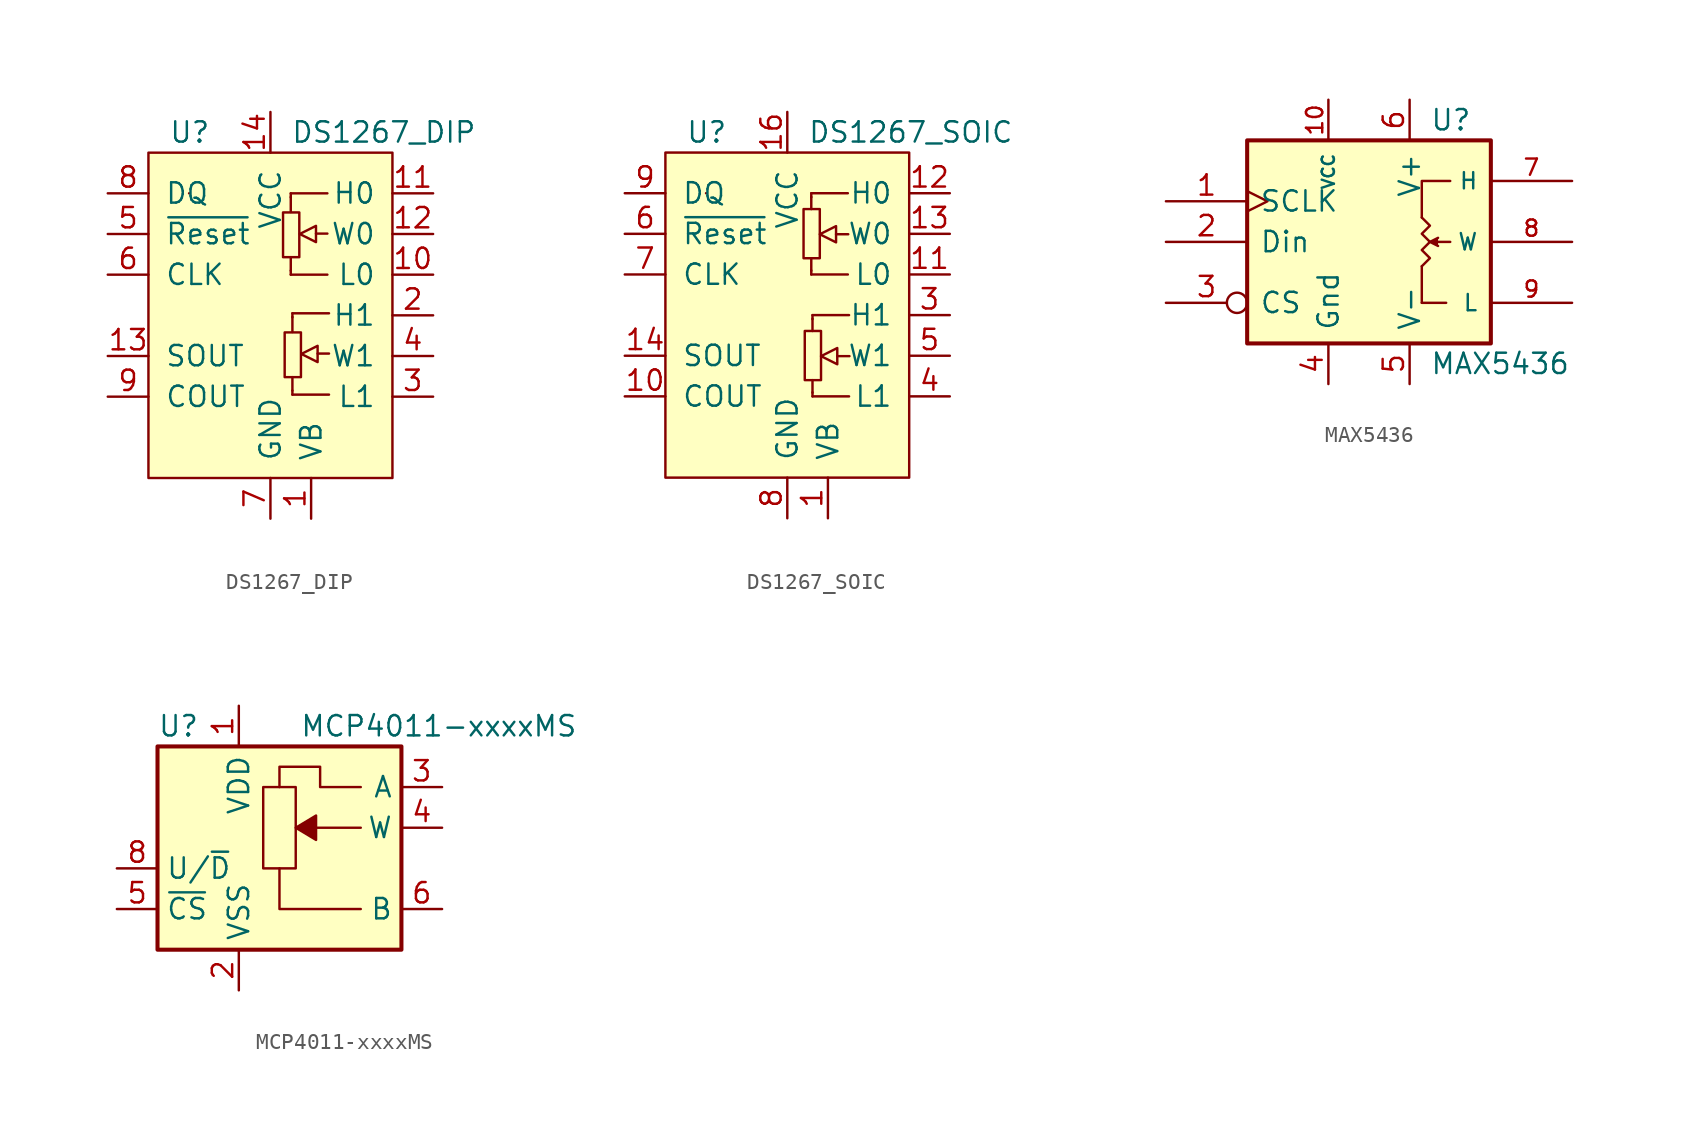
<source format=kicad_sym>
(kicad_symbol_lib
  (version 20201005)
  (generator kicad_symbol_editor)
  (symbol "DS1267_DIP"
    (pin_names
      (offset 1.016))
    (property "Reference" "U"
      (at -6.35 11.43 0)
      (effects (font (size 1.27 1.27)) (justify left)))
    (property "Value" "DS1267_DIP"
      (at 1.27 11.43 0)
      (effects (font (size 1.27 1.27)) (justify left)))
    (symbol "DS1267_DIP_0_1"
      (rectangle (start -7.62 10.16) (end 7.62 -10.16) (stroke (width 0)) (fill (type background)))
      (rectangle (start -5.08 7.62) (end -5.08 7.62) (stroke (width 0)) (fill (type none)))
      (rectangle (start 0.787 6.426) (end 1.803 3.632) (stroke (width 0)) (fill (type none)))
      (rectangle (start 0.889 -1.067) (end 1.905 -3.861) (stroke (width 0)) (fill (type none)))
      (polyline (pts (xy 1.27 2.794) (xy 1.27 3.632)) (stroke (width 0)) (fill (type none)))
      (polyline (pts (xy 1.27 7.391) (xy 1.27 6.452)) (stroke (width 0)) (fill (type none)))
      (polyline (pts (xy 1.372 -4.699) (xy 1.372 -3.861)) (stroke (width 0)) (fill (type none)))
      (polyline (pts (xy 1.372 -0.102) (xy 1.372 -1.041)) (stroke (width 0)) (fill (type none)))
      (polyline (pts (xy 2.845 5.105) (xy 3.556 5.105)) (stroke (width 0)) (fill (type none)))
      (polyline (pts (xy 2.946 -2.388) (xy 3.658 -2.388)) (stroke (width 0)) (fill (type none)))
      (polyline (pts (xy 1.27 2.54) (xy 1.27 2.794) (xy 1.27 2.794)) (stroke (width 0)) (fill (type background)))
      (polyline (pts (xy 1.27 2.54) (xy 3.556 2.54) (xy 3.556 2.54)) (stroke (width 0)) (fill (type background)))
      (polyline (pts (xy 1.27 7.62) (xy 1.27 7.366) (xy 1.27 7.366)) (stroke (width 0)) (fill (type none)))
      (polyline (pts (xy 1.27 7.62) (xy 3.556 7.62) (xy 3.556 7.62)) (stroke (width 0)) (fill (type background)))
      (polyline (pts (xy 1.372 -4.953) (xy 1.372 -4.699) (xy 1.372 -4.699)) (stroke (width 0)) (fill (type background)))
      (polyline (pts (xy 1.372 -4.953) (xy 3.658 -4.953) (xy 3.658 -4.953)) (stroke (width 0)) (fill (type background)))
      (polyline (pts (xy 1.372 0.127) (xy 1.372 -0.127) (xy 1.372 -0.127)) (stroke (width 0)) (fill (type none)))
      (polyline (pts (xy 1.372 0.127) (xy 3.658 0.127) (xy 3.658 0.127)) (stroke (width 0)) (fill (type background)))
      (polyline (pts (xy 2.845 5.588) (xy 2.845 4.572) (xy 1.829 5.08) (xy 2.845 5.588) (xy 2.845 5.588)) (stroke (width 0)) (fill (type background)))
      (polyline (pts (xy 2.946 -1.905) (xy 2.946 -2.921) (xy 1.93 -2.413) (xy 2.946 -1.905) (xy 2.946 -1.905)) (stroke (width 0)) (fill (type background))))
    (symbol "DS1267_DIP_1_1"
      (pin power_in line (at 2.54 -12.7 90) (length 2.54) (name "VB" (effects (font (size 1.27 1.27)))) (number "1" (effects (font (size 1.27 1.27)))))
      (pin passive line (at 10.16 2.54 180) (length 2.54) (name "L0" (effects (font (size 1.27 1.27)))) (number "10" (effects (font (size 1.27 1.27)))))
      (pin passive line (at 10.16 7.62 180) (length 2.54) (name "H0" (effects (font (size 1.27 1.27)))) (number "11" (effects (font (size 1.27 1.27)))))
      (pin passive line (at 10.16 5.08 180) (length 2.54) (name "W0" (effects (font (size 1.27 1.27)))) (number "12" (effects (font (size 1.27 1.27)))))
      (pin output line (at -10.16 -2.54 0) (length 2.54) (name "SOUT" (effects (font (size 1.27 1.27)))) (number "13" (effects (font (size 1.27 1.27)))))
      (pin power_in line (at 0 12.7 270) (length 2.54) (name "VCC" (effects (font (size 1.27 1.27)))) (number "14" (effects (font (size 1.27 1.27)))))
      (pin passive line (at 10.16 0 180) (length 2.54) (name "H1" (effects (font (size 1.27 1.27)))) (number "2" (effects (font (size 1.27 1.27)))))
      (pin passive line (at 10.16 -5.08 180) (length 2.54) (name "L1" (effects (font (size 1.27 1.27)))) (number "3" (effects (font (size 1.27 1.27)))))
      (pin passive line (at 10.16 -2.54 180) (length 2.54) (name "W1" (effects (font (size 1.27 1.27)))) (number "4" (effects (font (size 1.27 1.27)))))
      (pin input line (at -10.16 5.08 0) (length 2.54) (name "~Reset" (effects (font (size 1.27 1.27)))) (number "5" (effects (font (size 1.27 1.27)))))
      (pin input line (at -10.16 2.54 0) (length 2.54) (name "CLK" (effects (font (size 1.27 1.27)))) (number "6" (effects (font (size 1.27 1.27)))))
      (pin power_in line (at 0 -12.7 90) (length 2.54) (name "GND" (effects (font (size 1.27 1.27)))) (number "7" (effects (font (size 1.27 1.27)))))
      (pin input line (at -10.16 7.62 0) (length 2.54) (name "DQ" (effects (font (size 1.27 1.27)))) (number "8" (effects (font (size 1.27 1.27)))))
      (pin output line (at -10.16 -5.08 0) (length 2.54) (name "COUT" (effects (font (size 1.27 1.27)))) (number "9" (effects (font (size 1.27 1.27)))))))
  (symbol "DS1267_SOIC"
    (pin_names
      (offset 1.016))
    (property "Reference" "U"
      (at -6.35 11.43 0)
      (effects (font (size 1.27 1.27)) (justify left)))
    (property "Value" "DS1267_SOIC"
      (at 1.27 11.43 0)
      (effects (font (size 1.27 1.27)) (justify left)))
    (symbol "DS1267_SOIC_0_1"
      (rectangle (start -7.62 10.16) (end 7.62 -10.16) (stroke (width 0)) (fill (type background)))
      (rectangle (start -5.08 7.62) (end -5.08 7.62) (stroke (width 0)) (fill (type none)))
      (rectangle (start 2.032 6.629) (end 1.016 3.556) (stroke (width 0)) (fill (type none)))
      (rectangle (start 2.108 -0.991) (end 1.092 -4.064) (stroke (width 0)) (fill (type none)))
      (polyline (pts (xy 1.499 2.769) (xy 1.499 3.556)) (stroke (width 0)) (fill (type none)))
      (polyline (pts (xy 1.499 6.629) (xy 1.499 7.391)) (stroke (width 0)) (fill (type none)))
      (polyline (pts (xy 1.575 -4.851) (xy 1.575 -4.064)) (stroke (width 0)) (fill (type none)))
      (polyline (pts (xy 1.575 -0.991) (xy 1.575 -0.229)) (stroke (width 0)) (fill (type none)))
      (polyline (pts (xy 3.048 5.055) (xy 3.81 5.055)) (stroke (width 0)) (fill (type none)))
      (polyline (pts (xy 3.124 -2.565) (xy 3.886 -2.565)) (stroke (width 0)) (fill (type none)))
      (polyline (pts (xy 1.499 2.54) (xy 1.499 2.794) (xy 1.499 2.794)) (stroke (width 0)) (fill (type background)))
      (polyline (pts (xy 1.499 2.54) (xy 3.785 2.54) (xy 3.785 2.54)) (stroke (width 0)) (fill (type background)))
      (polyline (pts (xy 1.499 7.62) (xy 1.499 7.366) (xy 1.499 7.366)) (stroke (width 0)) (fill (type none)))
      (polyline (pts (xy 1.499 7.62) (xy 3.785 7.62) (xy 3.785 7.62)) (stroke (width 0)) (fill (type background)))
      (polyline (pts (xy 1.575 -5.08) (xy 1.575 -4.826) (xy 1.575 -4.826)) (stroke (width 0)) (fill (type background)))
      (polyline (pts (xy 1.575 -5.08) (xy 3.861 -5.08) (xy 3.861 -5.08)) (stroke (width 0)) (fill (type background)))
      (polyline (pts (xy 1.575 0) (xy 1.575 -0.254) (xy 1.575 -0.254)) (stroke (width 0)) (fill (type none)))
      (polyline (pts (xy 1.575 0) (xy 3.861 0) (xy 3.861 0)) (stroke (width 0)) (fill (type background)))
      (polyline (pts (xy 3.048 5.563) (xy 3.048 4.547) (xy 2.032 5.055) (xy 3.048 5.563) (xy 3.048 5.563)) (stroke (width 0)) (fill (type background)))
      (polyline (pts (xy 3.124 -2.057) (xy 3.124 -3.073) (xy 2.108 -2.565) (xy 3.124 -2.057) (xy 3.124 -2.057)) (stroke (width 0)) (fill (type background))))
    (symbol "DS1267_SOIC_1_1"
      (pin power_in line (at 2.54 -12.7 90) (length 2.54) (name "VB" (effects (font (size 1.27 1.27)))) (number "1" (effects (font (size 1.27 1.27)))))
      (pin output line (at -10.16 -5.08 0) (length 2.54) (name "COUT" (effects (font (size 1.27 1.27)))) (number "10" (effects (font (size 1.27 1.27)))))
      (pin passive line (at 10.16 2.54 180) (length 2.54) (name "L0" (effects (font (size 1.27 1.27)))) (number "11" (effects (font (size 1.27 1.27)))))
      (pin passive line (at 10.16 7.62 180) (length 2.54) (name "H0" (effects (font (size 1.27 1.27)))) (number "12" (effects (font (size 1.27 1.27)))))
      (pin passive line (at 10.16 5.08 180) (length 2.54) (name "W0" (effects (font (size 1.27 1.27)))) (number "13" (effects (font (size 1.27 1.27)))))
      (pin output line (at -10.16 -2.54 0) (length 2.54) (name "SOUT" (effects (font (size 1.27 1.27)))) (number "14" (effects (font (size 1.27 1.27)))))
      (pin power_in line (at 0 12.7 270) (length 2.54) (name "VCC" (effects (font (size 1.27 1.27)))) (number "16" (effects (font (size 1.27 1.27)))))
      (pin passive line (at 10.16 0 180) (length 2.54) (name "H1" (effects (font (size 1.27 1.27)))) (number "3" (effects (font (size 1.27 1.27)))))
      (pin passive line (at 10.16 -5.08 180) (length 2.54) (name "L1" (effects (font (size 1.27 1.27)))) (number "4" (effects (font (size 1.27 1.27)))))
      (pin passive line (at 10.16 -2.54 180) (length 2.54) (name "W1" (effects (font (size 1.27 1.27)))) (number "5" (effects (font (size 1.27 1.27)))))
      (pin input line (at -10.16 5.08 0) (length 2.54) (name "~Reset" (effects (font (size 1.27 1.27)))) (number "6" (effects (font (size 1.27 1.27)))))
      (pin input line (at -10.16 2.54 0) (length 2.54) (name "CLK" (effects (font (size 1.27 1.27)))) (number "7" (effects (font (size 1.27 1.27)))))
      (pin power_in line (at 0 -12.7 90) (length 2.54) (name "GND" (effects (font (size 1.27 1.27)))) (number "8" (effects (font (size 1.27 1.27)))))
      (pin input line (at -10.16 7.62 0) (length 2.54) (name "DQ" (effects (font (size 1.27 1.27)))) (number "9" (effects (font (size 1.27 1.27)))))))
  (symbol "MAX5436"
    (pin_names
      (offset 0.762))
    (property "Reference" "U"
      (at 3.81 7.62 0)
      (effects (font (size 1.27 1.27)) (justify left)))
    (property "Value" "MAX5436"
      (at 3.81 -7.62 0)
      (effects (font (size 1.27 1.27)) (justify left)))
    (symbol "MAX5436_0_1"
      (rectangle (start -7.62 6.35) (end 7.62 -6.35) (stroke (width 0.254)) (fill (type background)))
      (polyline (pts (xy 3.302 -1.524) (xy 3.302 -3.81)) (stroke (width 0)) (fill (type none)))
      (polyline (pts (xy 4.826 -3.81) (xy 3.302 -3.81)) (stroke (width 0)) (fill (type none)))
      (polyline (pts (xy 5.08 0) (xy 4.318 0)) (stroke (width 0)) (fill (type none)))
      (polyline (pts (xy 3.302 1.524) (xy 3.302 3.81) (xy 5.08 3.81)) (stroke (width 0)) (fill (type none)))
      (polyline (pts (xy 4.318 -0.254) (xy 3.81 0) (xy 4.318 0.254)) (stroke (width 0)) (fill (type outline)))
      (polyline (pts (xy 3.81 0) (xy 3.302 0.508) (xy 3.81 1.016) (xy 3.302 1.524)) (stroke (width 0)) (fill (type none)))
      (polyline (pts (xy 3.81 0) (xy 3.302 -0.508) (xy 3.81 -1.016) (xy 3.302 -1.524) (xy 3.302 -1.524)) (stroke (width 0)) (fill (type none))))
    (symbol "MAX5436_1_1"
      (pin input clock (at -12.7 2.54 0) (length 5.08) (name "SCLK" (effects (font (size 1.27 1.27)))) (number "1" (effects (font (size 1.27 1.27)))))
      (pin power_in line (at -2.54 8.89 270) (length 2.54) (name "VCC" (effects (font (size 0.762 0.762)))) (number "10" (effects (font (size 1.016 1.016)))))
      (pin input line (at -12.7 0 0) (length 5.08) (name "Din" (effects (font (size 1.27 1.27)))) (number "2" (effects (font (size 1.27 1.27)))))
      (pin input inverted (at -12.7 -3.81 0) (length 5.08) (name "CS" (effects (font (size 1.27 1.27)))) (number "3" (effects (font (size 1.27 1.27)))))
      (pin power_in line (at -2.54 -8.89 90) (length 2.54) (name "Gnd" (effects (font (size 1.27 1.27)))) (number "4" (effects (font (size 1.27 1.27)))))
      (pin power_in line (at 2.54 -8.89 90) (length 2.54) (name "V-" (effects (font (size 1.27 1.27)))) (number "5" (effects (font (size 1.27 1.27)))))
      (pin power_in line (at 2.54 8.89 270) (length 2.54) (name "V+" (effects (font (size 1.27 1.27)))) (number "6" (effects (font (size 1.27 1.27)))))
      (pin passive line (at 12.7 3.81 180) (length 5.08) (name "H" (effects (font (size 1.016 1.016)))) (number "7" (effects (font (size 1.016 1.016)))))
      (pin passive line (at 12.7 0 180) (length 5.08) (name "W" (effects (font (size 1.016 1.016)))) (number "8" (effects (font (size 1.016 1.016)))))
      (pin passive line (at 12.7 -3.81 180) (length 5.08) (name "L" (effects (font (size 1.016 1.016)))) (number "9" (effects (font (size 1.016 1.016)))))))
  (symbol "MCP4011-xxxxMS"
    (property "Reference" "U"
      (at -7.62 8.89 0)
      (effects (font (size 1.27 1.27)) (justify left)))
    (property "Value" "MCP4011-xxxxMS"
      (at 1.27 8.89 0)
      (effects (font (size 1.27 1.27)) (justify left)))
    (symbol "MCP4011-xxxxMS_0_1"
      (polyline (pts (xy 0 0) (xy 0 -2.54) (xy 5.08 -2.54)) (stroke (width 0)) (fill (type none)))
      (polyline (pts (xy 5.08 2.54) (xy 3.81 2.54) (xy 1.27 2.54)) (stroke (width 0)) (fill (type none)))
      (polyline (pts (xy 5.08 5.08) (xy 2.54 5.08) (xy 2.54 6.35) (xy 0 6.35) (xy 0 5.08)) (stroke (width 0)) (fill (type none))))
    (symbol "MCP4011-xxxxMS_1_1"
      (rectangle (start -7.62 7.62) (end 7.62 -5.08) (stroke (width 0.254)) (fill (type background)))
      (rectangle (start 1.016 0) (end -1.016 5.08) (stroke (width 0)) (fill (type none)))
      (polyline (pts (xy 2.286 1.778) (xy 2.286 3.302) (xy 1.016 2.54) (xy 2.286 1.778)) (stroke (width 0)) (fill (type outline)))
      (pin power_in line (at -2.54 10.16 270) (length 2.54) (name "VDD" (effects (font (size 1.27 1.27)))) (number "1" (effects (font (size 1.27 1.27)))))
      (pin power_in line (at -2.54 -7.62 90) (length 2.54) (name "VSS" (effects (font (size 1.27 1.27)))) (number "2" (effects (font (size 1.27 1.27)))))
      (pin passive line (at 10.16 5.08 180) (length 2.54) (name "A" (effects (font (size 1.27 1.27)))) (number "3" (effects (font (size 1.27 1.27)))))
      (pin passive line (at 10.16 2.54 180) (length 2.54) (name "W" (effects (font (size 1.27 1.27)))) (number "4" (effects (font (size 1.27 1.27)))))
      (pin input line (at -10.16 -2.54 0) (length 2.54) (name "~CS" (effects (font (size 1.27 1.27)))) (number "5" (effects (font (size 1.27 1.27)))))
      (pin passive line (at 10.16 -2.54 180) (length 2.54) (name "B" (effects (font (size 1.27 1.27)))) (number "6" (effects (font (size 1.27 1.27)))))
      (pin no_connect line (at -7.62 5.08 0) (length 2.54) hide (name "NC" (effects (font (size 1.27 1.27)))) (number "7" (effects (font (size 1.27 1.27)))))
      (pin input line (at -10.16 0 0) (length 2.54) (name "U/~D" (effects (font (size 1.27 1.27)))) (number "8" (effects (font (size 1.27 1.27))))))))
</source>
